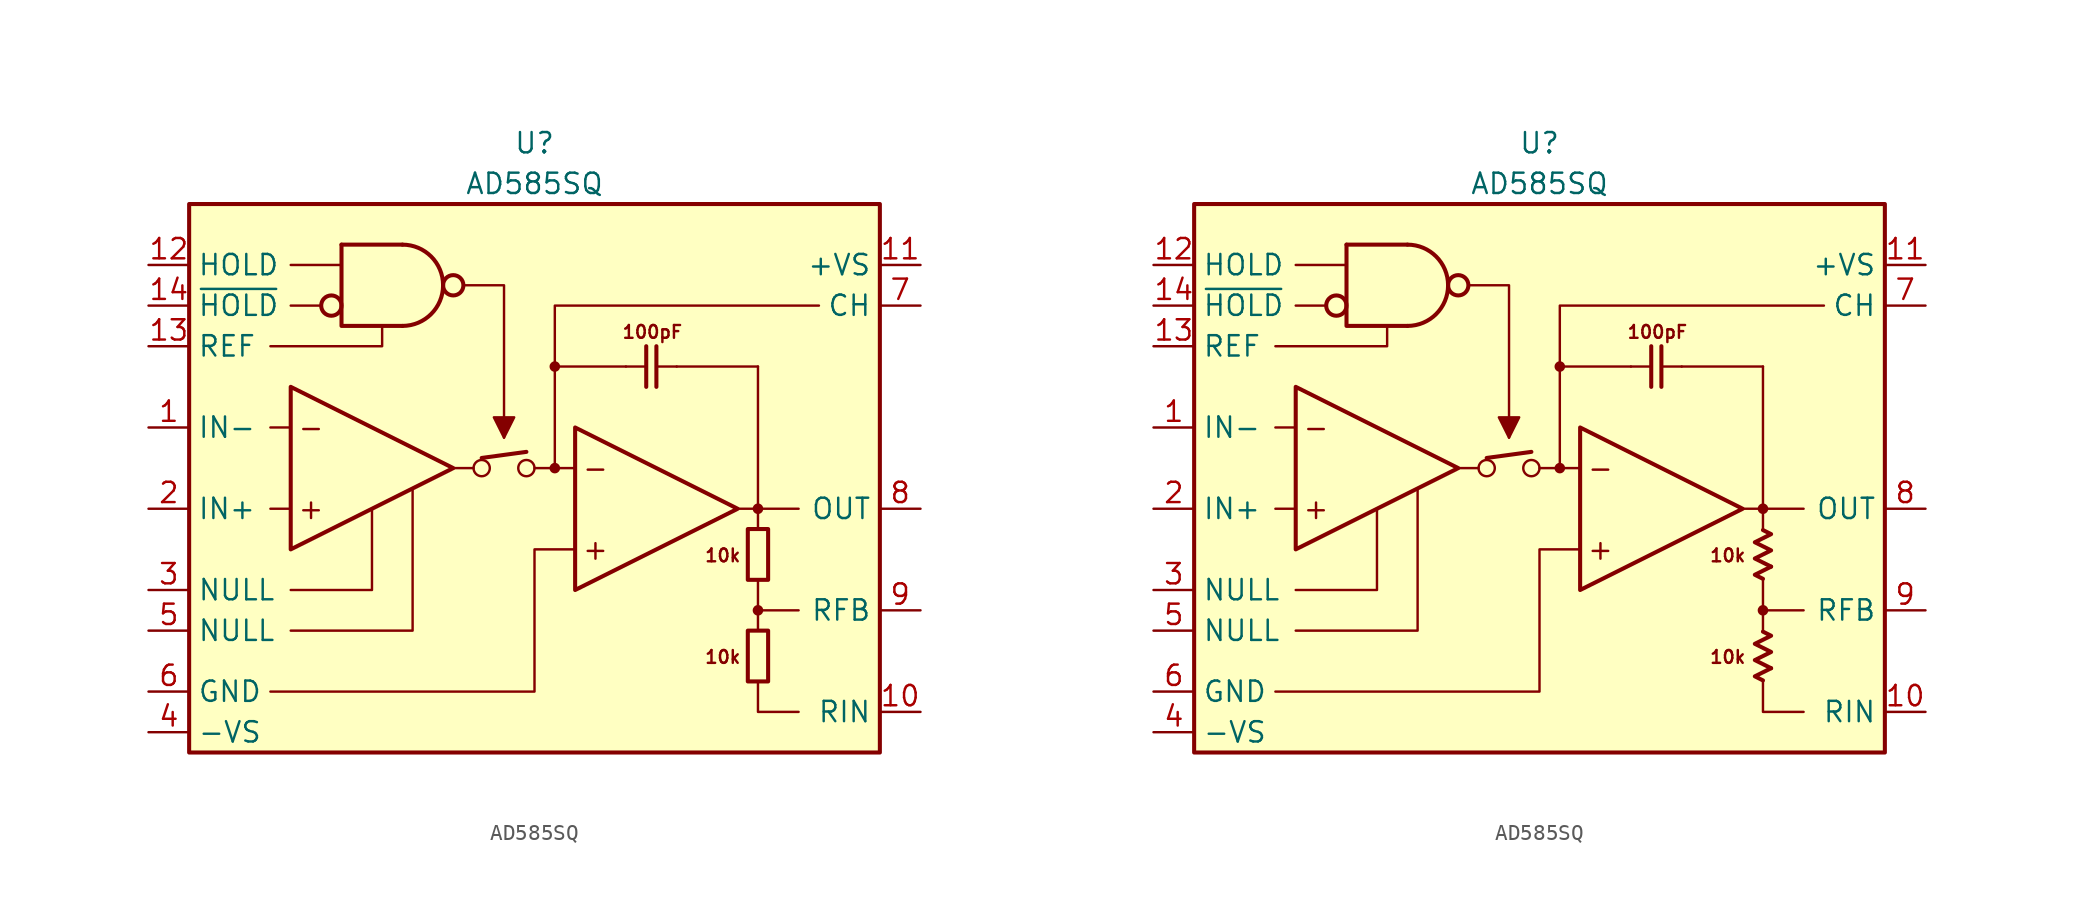
<source format=kicad_sym>
(kicad_symbol_lib
  (version 20231120)
  (generator "kicad_symbol_editor")
  (generator_version "8.0")
  (symbol "AD585SQ"
    (property "Reference" "U"
      (at 0 22.86 0)
      (effects (font (size 1.27 1.27))))
    (property "Value" "AD585SQ"
      (at 0 20.32 0)
      (effects (font (size 1.27 1.27))))
    (symbol "AD585SQ_0_0"
      (rectangle (start -21.59 19.05) (end 21.59 -15.24) (stroke (width 0.254) (type default)) (fill (type background)))
      (circle (center -3.302 2.54) (radius 0.508) (stroke (width 0) (type default)) (fill (type none)))
      (circle (center -0.508 2.54) (radius 0.508) (stroke (width 0) (type default)) (fill (type none)))
      (polyline (pts (xy -15.24 0) (xy -16.51 0)) (stroke (width 0.152) (type default)) (fill (type none)))
      (polyline (pts (xy -15.24 5.08) (xy -16.51 5.08)) (stroke (width 0.152) (type default)) (fill (type none)))
      (polyline (pts (xy -13.335 12.7) (xy -15.24 12.7)) (stroke (width 0.152) (type default)) (fill (type none)))
      (polyline (pts (xy -12.065 15.24) (xy -15.24 15.24)) (stroke (width 0.152) (type default)) (fill (type none)))
      (polyline (pts (xy -3.81 2.54) (xy -5.08 2.54)) (stroke (width 0.152) (type default)) (fill (type none)))
      (polyline (pts (xy -3.302 3.175) (xy -0.508 3.556)) (stroke (width 0.254) (type default)) (fill (type none)))
      (polyline (pts (xy -1.905 5.08) (xy -1.905 4.445)) (stroke (width 0.152) (type default)) (fill (type none)))
      (polyline (pts (xy 1.27 2.54) (xy 1.27 8.89)) (stroke (width 0.152) (type default)) (fill (type none)))
      (polyline (pts (xy 1.27 8.89) (xy 5.715 8.89)) (stroke (width 0.152) (type default)) (fill (type none)))
      (polyline (pts (xy 2.54 2.54) (xy 0 2.54)) (stroke (width 0.152) (type default)) (fill (type none)))
      (polyline (pts (xy 8.89 8.89) (xy 13.97 8.89)) (stroke (width 0.152) (type default)) (fill (type none)))
      (polyline (pts (xy 12.7 0) (xy 13.97 0)) (stroke (width 0.152) (type default)) (fill (type none)))
      (polyline (pts (xy 13.97 -7.62) (xy 13.97 -4.445)) (stroke (width 0.152) (type default)) (fill (type none)))
      (polyline (pts (xy 13.97 -6.35) (xy 16.51 -6.35)) (stroke (width 0.152) (type default)) (fill (type none)))
      (polyline (pts (xy 13.97 -1.27) (xy 13.97 0)) (stroke (width 0.152) (type default)) (fill (type none)))
      (polyline (pts (xy 13.97 0) (xy 16.51 0)) (stroke (width 0.152) (type default)) (fill (type none)))
      (polyline (pts (xy 13.97 8.89) (xy 13.97 0)) (stroke (width 0.152) (type default)) (fill (type none)))
      (polyline (pts (xy -15.24 -5.08) (xy -10.16 -5.08) (xy -10.16 0)) (stroke (width 0.152) (type default)) (fill (type none)))
      (polyline (pts (xy -9.525 11.43) (xy -9.525 10.16) (xy -16.51 10.16)) (stroke (width 0.152) (type default)) (fill (type none)))
      (polyline (pts (xy -7.62 1.27) (xy -7.62 -7.62) (xy -15.24 -7.62)) (stroke (width 0.152) (type default)) (fill (type none)))
      (polyline (pts (xy -4.445 13.97) (xy -1.905 13.97) (xy -1.905 5.08)) (stroke (width 0.152) (type default)) (fill (type none)))
      (polyline (pts (xy 1.27 8.89) (xy 1.27 12.7) (xy 17.78 12.7)) (stroke (width 0.152) (type default)) (fill (type none)))
      (polyline (pts (xy 13.97 -10.795) (xy 13.97 -12.7) (xy 16.51 -12.7)) (stroke (width 0.152) (type default)) (fill (type none)))
      (polyline (pts (xy -16.51 -11.43) (xy 0 -11.43) (xy 0 -2.54) (xy 2.54 -2.54)) (stroke (width 0.152) (type default)) (fill (type none)))
      (polyline (pts (xy -1.905 4.445) (xy -2.54 5.715) (xy -1.27 5.715) (xy -1.905 4.445)) (stroke (width 0.152) (type default)) (fill (type outline)))
      (circle (center 1.27 2.54) (radius 0.254) (stroke (width 0.152) (type default)) (fill (type outline)))
      (circle (center 1.27 8.89) (radius 0.254) (stroke (width 0.152) (type default)) (fill (type outline)))
      (circle (center 13.97 -6.35) (radius 0.254) (stroke (width 0.152) (type default)) (fill (type outline)))
      (circle (center 13.97 0) (radius 0.254) (stroke (width 0.152) (type default)) (fill (type outline)))
      (text "+" (at -13.97 0 0) (effects (font (size 1.27 1.27))))
      (text "+" (at 3.81 -2.54 0) (effects (font (size 1.27 1.27))))
      (text "-" (at -13.97 5.08 0) (effects (font (size 1.27 1.27))))
      (text "-" (at 3.81 2.54 0) (effects (font (size 1.27 1.27))))
      (text "100pF" (at 7.366 11.049 0) (effects (font (size 0.8 0.8))))
      (text "10k" (at 12.954 -9.271 0) (effects (font (size 0.8 0.8)) (justify right)))
      (text "10k" (at 12.954 -2.921 0) (effects (font (size 0.8 0.8)) (justify right))))
    (symbol "AD585SQ_0_1"
      (rectangle (start 13.335 -7.62) (end 14.605 -10.795) (stroke (width 0.254) (type default)) (fill (type none)))
      (rectangle (start 13.335 -1.27) (end 14.605 -4.445) (stroke (width 0.254) (type default)) (fill (type none))))
    (symbol "AD585SQ_0_2"
      (polyline (pts (xy 14.478 -9.97) (xy 13.462 -10.477) (xy 13.97 -10.732)) (stroke (width 0.254) (type default)) (fill (type none)))
      (polyline (pts (xy 14.478 -3.619) (xy 13.462 -4.128) (xy 13.97 -4.381)) (stroke (width 0.254) (type default)) (fill (type none)))
      (polyline (pts (xy 13.97 -7.684) (xy 14.478 -7.938) (xy 13.462 -8.445) (xy 14.478 -8.954) (xy 13.462 -9.461) (xy 14.478 -9.97)) (stroke (width 0.254) (type default)) (fill (type none)))
      (polyline (pts (xy 13.97 -1.333) (xy 14.478 -1.587) (xy 13.462 -2.095) (xy 14.478 -2.603) (xy 13.462 -3.111) (xy 14.478 -3.619)) (stroke (width 0.254) (type default)) (fill (type none))))
    (symbol "AD585SQ_1_0"
      (circle (center -12.7 12.7) (radius 0.635) (stroke (width 0.254) (type default)) (fill (type none)))
      (arc (start -8.255 11.43) (mid -5.726 13.97) (end -8.255 16.51) (stroke (width 0.254) (type default)) (fill (type none)))
      (circle (center -5.08 13.97) (radius 0.635) (stroke (width 0.254) (type default)) (fill (type none)))
      (polyline (pts (xy -12.065 16.51) (xy -8.255 16.51)) (stroke (width 0.254) (type default)) (fill (type none)))
      (polyline (pts (xy 5.715 8.89) (xy 6.985 8.89)) (stroke (width 0.152) (type default)) (fill (type none)))
      (polyline (pts (xy 6.985 7.62) (xy 6.985 10.16)) (stroke (width 0.254) (type default)) (fill (type none)))
      (polyline (pts (xy 7.62 10.16) (xy 7.62 7.62)) (stroke (width 0.254) (type default)) (fill (type none)))
      (polyline (pts (xy 8.89 8.89) (xy 7.62 8.89)) (stroke (width 0.152) (type default)) (fill (type none)))
      (polyline (pts (xy -12.065 16.51) (xy -12.065 11.43) (xy -8.255 11.43)) (stroke (width 0.254) (type default)) (fill (type none)))
      (polyline (pts (xy -15.24 7.62) (xy -15.24 -2.54) (xy -5.08 2.54) (xy -15.24 7.62)) (stroke (width 0.254) (type default)) (fill (type none)))
      (polyline (pts (xy 2.54 5.08) (xy 2.54 -5.08) (xy 12.7 0) (xy 2.54 5.08)) (stroke (width 0.254) (type default)) (fill (type none))))
    (symbol "AD585SQ_1_1"
      (pin input line (at -24.13 5.08 0) (length 2.54) (name "IN-" (effects (font (size 1.27 1.27)))) (number "1" (effects (font (size 1.27 1.27)))))
      (pin passive line (at 24.13 -12.7 180) (length 2.54) (name "RIN" (effects (font (size 1.27 1.27)))) (number "10" (effects (font (size 1.27 1.27)))))
      (pin power_in line (at 24.13 15.24 180) (length 2.54) (name "+VS" (effects (font (size 1.27 1.27)))) (number "11" (effects (font (size 1.27 1.27)))))
      (pin input line (at -24.13 15.24 0) (length 2.54) (name "HOLD" (effects (font (size 1.27 1.27)))) (number "12" (effects (font (size 1.27 1.27)))))
      (pin input line (at -24.13 10.16 0) (length 2.54) (name "REF" (effects (font (size 1.27 1.27)))) (number "13" (effects (font (size 1.27 1.27)))))
      (pin input line (at -24.13 12.7 0) (length 2.54) (name "~{HOLD}" (effects (font (size 1.27 1.27)))) (number "14" (effects (font (size 1.27 1.27)))))
      (pin input line (at -24.13 0 0) (length 2.54) (name "IN+" (effects (font (size 1.27 1.27)))) (number "2" (effects (font (size 1.27 1.27)))))
      (pin passive line (at -24.13 -5.08 0) (length 2.54) (name "NULL" (effects (font (size 1.27 1.27)))) (number "3" (effects (font (size 1.27 1.27)))))
      (pin power_in line (at -24.13 -13.97 0) (length 2.54) (name "-VS" (effects (font (size 1.27 1.27)))) (number "4" (effects (font (size 1.27 1.27)))))
      (pin passive line (at -24.13 -7.62 0) (length 2.54) (name "NULL" (effects (font (size 1.27 1.27)))) (number "5" (effects (font (size 1.27 1.27)))))
      (pin power_in line (at -24.13 -11.43 0) (length 2.54) (name "GND" (effects (font (size 1.27 1.27)))) (number "6" (effects (font (size 1.27 1.27)))))
      (pin passive line (at 24.13 12.7 180) (length 2.54) (name "CH" (effects (font (size 1.27 1.27)))) (number "7" (effects (font (size 1.27 1.27)))))
      (pin output line (at 24.13 0 180) (length 2.54) (name "OUT" (effects (font (size 1.27 1.27)))) (number "8" (effects (font (size 1.27 1.27)))))
      (pin passive line (at 24.13 -6.35 180) (length 2.54) (name "RFB" (effects (font (size 1.27 1.27)))) (number "9" (effects (font (size 1.27 1.27))))))
    (symbol "AD585SQ_1_2"
      (pin input line (at -24.13 5.08 0) (length 2.54) (name "IN-" (effects (font (size 1.27 1.27)))) (number "1" (effects (font (size 1.27 1.27)))))
      (pin passive line (at 24.13 -12.7 180) (length 2.54) (name "RIN" (effects (font (size 1.27 1.27)))) (number "10" (effects (font (size 1.27 1.27)))))
      (pin power_in line (at 24.13 15.24 180) (length 2.54) (name "+VS" (effects (font (size 1.27 1.27)))) (number "11" (effects (font (size 1.27 1.27)))))
      (pin input line (at -24.13 15.24 0) (length 2.54) (name "HOLD" (effects (font (size 1.27 1.27)))) (number "12" (effects (font (size 1.27 1.27)))))
      (pin input line (at -24.13 10.16 0) (length 2.54) (name "REF" (effects (font (size 1.27 1.27)))) (number "13" (effects (font (size 1.27 1.27)))))
      (pin input line (at -24.13 12.7 0) (length 2.54) (name "~{HOLD}" (effects (font (size 1.27 1.27)))) (number "14" (effects (font (size 1.27 1.27)))))
      (pin input line (at -24.13 0 0) (length 2.54) (name "IN+" (effects (font (size 1.27 1.27)))) (number "2" (effects (font (size 1.27 1.27)))))
      (pin passive line (at -24.13 -5.08 0) (length 2.54) (name "NULL" (effects (font (size 1.27 1.27)))) (number "3" (effects (font (size 1.27 1.27)))))
      (pin power_in line (at -24.13 -13.97 0) (length 2.54) (name "-VS" (effects (font (size 1.27 1.27)))) (number "4" (effects (font (size 1.27 1.27)))))
      (pin passive line (at -24.13 -7.62 0) (length 2.54) (name "NULL" (effects (font (size 1.27 1.27)))) (number "5" (effects (font (size 1.27 1.27)))))
      (pin power_in line (at -24.13 -11.43 0) (length 2.54) (name "GND" (effects (font (size 1.27 1.27)))) (number "6" (effects (font (size 1.27 1.27)))))
      (pin passive line (at 24.13 12.7 180) (length 2.54) (name "CH" (effects (font (size 1.27 1.27)))) (number "7" (effects (font (size 1.27 1.27)))))
      (pin output line (at 24.13 0 180) (length 2.54) (name "OUT" (effects (font (size 1.27 1.27)))) (number "8" (effects (font (size 1.27 1.27)))))
      (pin passive line (at 24.13 -6.35 180) (length 2.54) (name "RFB" (effects (font (size 1.27 1.27)))) (number "9" (effects (font (size 1.27 1.27))))))))
</source>
